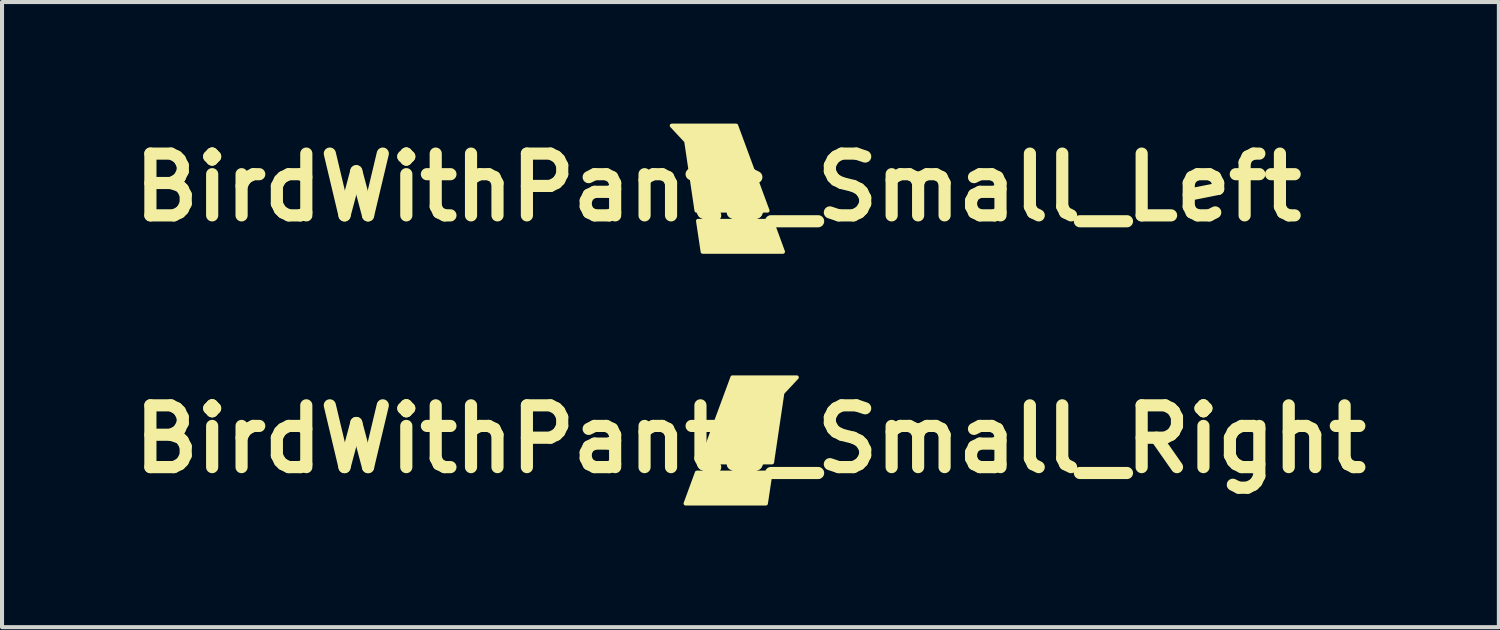
<source format=kicad_pcb>
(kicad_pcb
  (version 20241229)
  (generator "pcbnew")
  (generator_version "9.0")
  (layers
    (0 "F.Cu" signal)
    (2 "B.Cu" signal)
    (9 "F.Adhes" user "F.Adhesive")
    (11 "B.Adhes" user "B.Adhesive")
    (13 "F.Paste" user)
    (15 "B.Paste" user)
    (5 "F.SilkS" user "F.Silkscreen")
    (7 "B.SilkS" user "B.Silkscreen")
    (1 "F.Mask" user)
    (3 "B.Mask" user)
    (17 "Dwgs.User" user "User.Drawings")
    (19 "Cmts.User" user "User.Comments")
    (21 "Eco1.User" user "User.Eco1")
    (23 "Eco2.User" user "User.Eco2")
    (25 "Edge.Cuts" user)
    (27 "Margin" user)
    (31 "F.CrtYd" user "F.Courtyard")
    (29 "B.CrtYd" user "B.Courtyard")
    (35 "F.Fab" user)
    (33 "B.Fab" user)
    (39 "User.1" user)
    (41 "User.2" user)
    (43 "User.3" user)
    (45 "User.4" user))
  (footprint "BirdWithPants_Small_Right"
    (layer "F.Cu")
    (at 15.465 7.785)
    (property "Reference" "BirdWithPants_Small_Right" (at 0 0 0) (layer "F.SilkS") (effects (font (size 1.524 1.524) (thickness 0.3))))
    (attr through_hole exclude_from_pos_files exclude_from_bom allow_missing_courtyard)
    (fp_poly (pts (xy 0.495 0.826) (xy -1.321 0.826) (xy -1.6 1.587) (xy 0.381 1.587)) (stroke (width 0.1) (type solid)) (fill yes) (layer "F.SilkS"))
    (fp_poly (pts (xy 1.143 -1.524) (xy -0.445 -1.524) (xy -1.219 0.572) (xy 0.533 0.572) (xy 0.787 -1.143)) (stroke (width 0.1) (type solid)) (fill yes) (layer "F.SilkS")))
  (footprint "BirdWithPants_Small_Left"
    (layer "F.Cu")
    (at 14.667 1.574)
    (property "Reference" "BirdWithPants_Small_Left" (at 0 0 0) (layer "F.SilkS") (effects (font (size 1.524 1.524) (thickness 0.3))))
    (attr through_hole exclude_from_pos_files exclude_from_bom allow_missing_courtyard)
    (fp_poly (pts (xy -0.495 0.826) (xy 1.321 0.826) (xy 1.6 1.587) (xy -0.381 1.587)) (stroke (width 0.1) (type solid)) (fill yes) (layer "F.SilkS"))
    (fp_poly (pts (xy -1.143 -1.524) (xy 0.445 -1.524) (xy 1.219 0.572) (xy -0.533 0.572) (xy -0.787 -1.143)) (stroke (width 0.1) (type solid)) (fill yes) (layer "F.SilkS")))
  (gr_rect
    (start -3 -3)
    (end 33.93 12.423)
    (stroke (width 0.1) (type default))
    (fill no)
    (layer "Edge.Cuts")))
</source>
